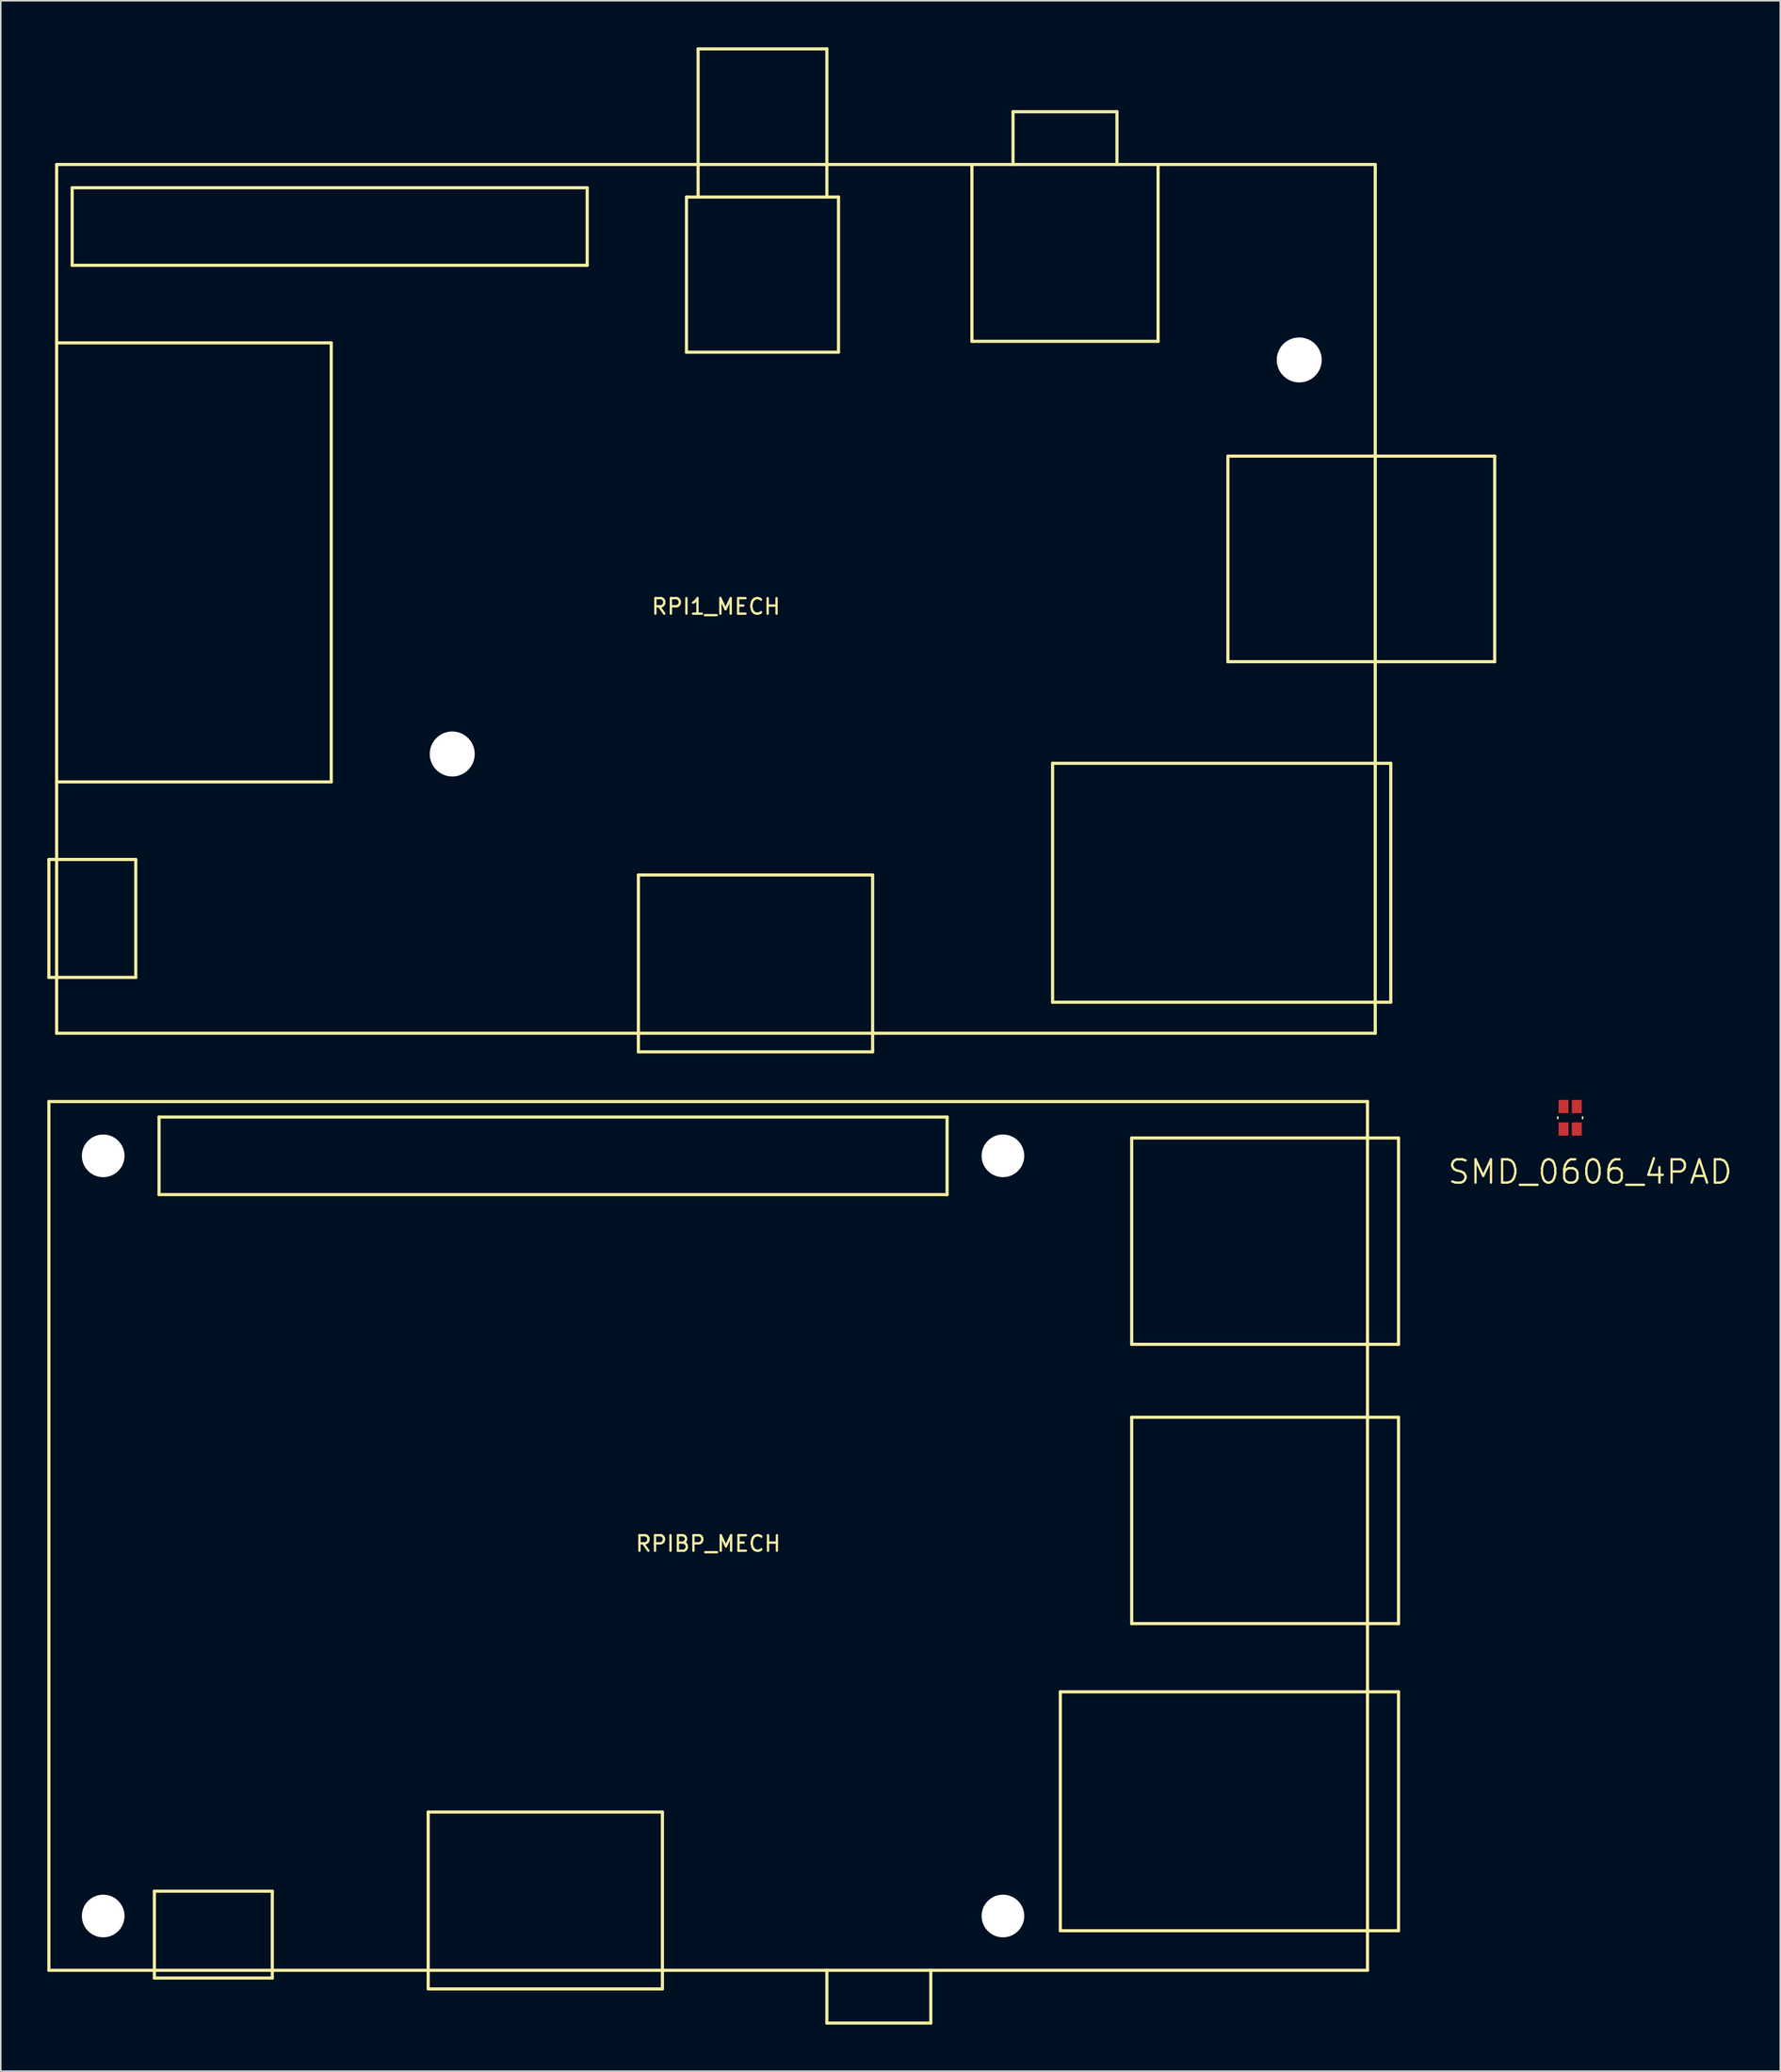
<source format=kicad_pcb>
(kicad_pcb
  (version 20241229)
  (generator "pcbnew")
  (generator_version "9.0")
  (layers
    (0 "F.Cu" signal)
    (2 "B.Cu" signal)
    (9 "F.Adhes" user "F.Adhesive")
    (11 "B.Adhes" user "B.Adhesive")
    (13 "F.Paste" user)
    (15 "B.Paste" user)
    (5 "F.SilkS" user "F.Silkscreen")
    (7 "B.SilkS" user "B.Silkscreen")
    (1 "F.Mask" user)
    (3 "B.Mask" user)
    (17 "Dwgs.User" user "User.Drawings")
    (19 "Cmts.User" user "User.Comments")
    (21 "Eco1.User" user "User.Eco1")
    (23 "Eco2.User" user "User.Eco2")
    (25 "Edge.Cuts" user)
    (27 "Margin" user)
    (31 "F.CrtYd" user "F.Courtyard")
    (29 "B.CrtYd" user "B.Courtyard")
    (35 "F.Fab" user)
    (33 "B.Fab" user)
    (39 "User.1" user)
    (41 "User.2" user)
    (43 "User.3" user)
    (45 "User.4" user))
  (footprint "RPIBP_MECH"
    (layer "F.Cu")
    (at 42.602 95.955)
    (property "Reference" "RPIBP_MECH" (at 0 0.5 0) (layer "F.SilkS") (effects (font (size 1 1) (thickness 0.15))))
    (attr through_hole)
    (fp_line (start -42.5 -28) (end 42.5 -28) (stroke (width 0.203) (type solid)) (layer "F.SilkS"))
    (fp_line (start -42.5 28) (end -42.5 -28) (stroke (width 0.203) (type solid)) (layer "F.SilkS"))
    (fp_line (start -35.7 22.9) (end -35.7 28.5) (stroke (width 0.203) (type solid)) (layer "F.SilkS"))
    (fp_line (start -35.7 28.5) (end -28.1 28.5) (stroke (width 0.203) (type solid)) (layer "F.SilkS"))
    (fp_line (start -35.4 -27) (end 15.4 -27) (stroke (width 0.203) (type solid)) (layer "F.SilkS"))
    (fp_line (start -35.4 -22) (end -35.4 -27) (stroke (width 0.203) (type solid)) (layer "F.SilkS"))
    (fp_line (start -28.1 22.9) (end -35.7 22.9) (stroke (width 0.203) (type solid)) (layer "F.SilkS"))
    (fp_line (start -28.1 28.5) (end -28.1 22.9) (stroke (width 0.203) (type solid)) (layer "F.SilkS"))
    (fp_line (start -18.05 17.8) (end -18.05 29.2) (stroke (width 0.203) (type solid)) (layer "F.SilkS"))
    (fp_line (start -18.05 29.2) (end -2.95 29.2) (stroke (width 0.203) (type solid)) (layer "F.SilkS"))
    (fp_line (start -2.95 17.8) (end -18.05 17.8) (stroke (width 0.203) (type solid)) (layer "F.SilkS"))
    (fp_line (start -2.95 29.2) (end -2.95 17.8) (stroke (width 0.203) (type solid)) (layer "F.SilkS"))
    (fp_line (start 7.65 31.4) (end 7.65 28) (stroke (width 0.203) (type solid)) (layer "F.SilkS"))
    (fp_line (start 7.65 31.4) (end 14.35 31.4) (stroke (width 0.203) (type solid)) (layer "F.SilkS"))
    (fp_line (start 14.35 31.4) (end 14.35 28) (stroke (width 0.203) (type solid)) (layer "F.SilkS"))
    (fp_line (start 15.4 -27) (end 15.4 -22) (stroke (width 0.203) (type solid)) (layer "F.SilkS"))
    (fp_line (start 15.4 -22) (end -35.4 -22) (stroke (width 0.203) (type solid)) (layer "F.SilkS"))
    (fp_line (start 22.699 10.05) (end 22.699 25.45) (stroke (width 0.203) (type solid)) (layer "F.SilkS"))
    (fp_line (start 22.699 25.45) (end 44.5 25.45) (stroke (width 0.203) (type solid)) (layer "F.SilkS"))
    (fp_line (start 27.3 -25.65) (end 27.3 -12.35) (stroke (width 0.203) (type solid)) (layer "F.SilkS"))
    (fp_line (start 27.3 -12.35) (end 44.5 -12.35) (stroke (width 0.203) (type solid)) (layer "F.SilkS"))
    (fp_line (start 27.3 -7.65) (end 27.3 5.65) (stroke (width 0.203) (type solid)) (layer "F.SilkS"))
    (fp_line (start 27.3 5.65) (end 44.5 5.65) (stroke (width 0.203) (type solid)) (layer "F.SilkS"))
    (fp_line (start 42.5 -28) (end 42.5 28) (stroke (width 0.203) (type solid)) (layer "F.SilkS"))
    (fp_line (start 42.5 28) (end -42.5 28) (stroke (width 0.203) (type solid)) (layer "F.SilkS"))
    (fp_line (start 44.5 -25.65) (end 27.3 -25.65) (stroke (width 0.203) (type solid)) (layer "F.SilkS"))
    (fp_line (start 44.5 -12.35) (end 44.5 -25.65) (stroke (width 0.203) (type solid)) (layer "F.SilkS"))
    (fp_line (start 44.5 -7.65) (end 27.3 -7.65) (stroke (width 0.203) (type solid)) (layer "F.SilkS"))
    (fp_line (start 44.5 5.65) (end 44.5 -7.65) (stroke (width 0.203) (type solid)) (layer "F.SilkS"))
    (fp_line (start 44.5 10.05) (end 22.7 10.05) (stroke (width 0.203) (type solid)) (layer "F.SilkS"))
    (fp_line (start 44.5 25.45) (end 44.5 10.05) (stroke (width 0.203) (type solid)) (layer "F.SilkS"))
    (pad "" np_thru_hole circle (at -39 -24.5) (size 2.75 2.75) (drill 2.75) (layers "*.Cu" "*.Mask"))
    (pad "" np_thru_hole circle (at -39 24.5) (size 2.75 2.75) (drill 2.75) (layers "*.Cu" "*.Mask"))
    (pad "" np_thru_hole circle (at 19 -24.5) (size 2.75 2.75) (drill 2.75) (layers "*.Cu" "*.Mask"))
    (pad "" np_thru_hole circle (at 19 24.5) (size 2.75 2.75) (drill 2.75) (layers "*.Cu" "*.Mask")))
  (footprint "RPI1_MECH"
    (layer "F.Cu")
    (at 43.102 35.552)
    (property "Reference" "RPI1_MECH" (at 0 0.5 0) (layer "F.SilkS") (effects (font (size 1 1) (thickness 0.15))))
    (attr through_hole)
    (fp_line (start -43 16.8) (end -43 24.4) (stroke (width 0.203) (type solid)) (layer "F.SilkS"))
    (fp_line (start -43 24.4) (end -37.4 24.4) (stroke (width 0.203) (type solid)) (layer "F.SilkS"))
    (fp_line (start -42.5 -28) (end 42.5 -28) (stroke (width 0.203) (type solid)) (layer "F.SilkS"))
    (fp_line (start -42.5 -16.5) (end -24.8 -16.5) (stroke (width 0.203) (type solid)) (layer "F.SilkS"))
    (fp_line (start -42.5 28) (end -42.5 -28) (stroke (width 0.203) (type solid)) (layer "F.SilkS"))
    (fp_line (start -41.5 -26.5) (end -8.3 -26.5) (stroke (width 0.203) (type solid)) (layer "F.SilkS"))
    (fp_line (start -41.5 -21.5) (end -41.5 -26.5) (stroke (width 0.203) (type solid)) (layer "F.SilkS"))
    (fp_line (start -37.4 16.8) (end -43 16.8) (stroke (width 0.203) (type solid)) (layer "F.SilkS"))
    (fp_line (start -37.4 24.4) (end -37.4 16.8) (stroke (width 0.203) (type solid)) (layer "F.SilkS"))
    (fp_line (start -24.8 -16.5) (end -24.8 11.8) (stroke (width 0.203) (type solid)) (layer "F.SilkS"))
    (fp_line (start -24.8 11.8) (end -42.5 11.8) (stroke (width 0.203) (type solid)) (layer "F.SilkS"))
    (fp_line (start -8.3 -26.5) (end -8.3 -21.5) (stroke (width 0.203) (type solid)) (layer "F.SilkS"))
    (fp_line (start -8.3 -21.5) (end -41.5 -21.5) (stroke (width 0.203) (type solid)) (layer "F.SilkS"))
    (fp_line (start -5 17.8) (end -5 29.2) (stroke (width 0.203) (type solid)) (layer "F.SilkS"))
    (fp_line (start -5 29.2) (end 10.1 29.2) (stroke (width 0.203) (type solid)) (layer "F.SilkS"))
    (fp_line (start -1.9 -25.9) (end 7.9 -25.9) (stroke (width 0.203) (type solid)) (layer "F.SilkS"))
    (fp_line (start -1.9 -15.9) (end -1.9 -25.9) (stroke (width 0.203) (type solid)) (layer "F.SilkS"))
    (fp_line (start -1.15 -35.45) (end 7.15 -35.45) (stroke (width 0.203) (type solid)) (layer "F.SilkS"))
    (fp_line (start -1.15 -25.9) (end -1.15 -35.45) (stroke (width 0.203) (type solid)) (layer "F.SilkS"))
    (fp_line (start 7.15 -35.45) (end 7.15 -25.9) (stroke (width 0.203) (type solid)) (layer "F.SilkS"))
    (fp_line (start 7.9 -25.9) (end 7.9 -15.9) (stroke (width 0.203) (type solid)) (layer "F.SilkS"))
    (fp_line (start 7.9 -15.9) (end -1.9 -15.9) (stroke (width 0.203) (type solid)) (layer "F.SilkS"))
    (fp_line (start 10.1 17.8) (end -5 17.8) (stroke (width 0.203) (type solid)) (layer "F.SilkS"))
    (fp_line (start 10.1 29.2) (end 10.1 17.8) (stroke (width 0.203) (type solid)) (layer "F.SilkS"))
    (fp_line (start 16.5 -16.6) (end 16.5 -28) (stroke (width 0.203) (type solid)) (layer "F.SilkS"))
    (fp_line (start 19.15 -31.4) (end 19.15 -28) (stroke (width 0.203) (type solid)) (layer "F.SilkS"))
    (fp_line (start 21.7 10.6) (end 21.7 26) (stroke (width 0.203) (type solid)) (layer "F.SilkS"))
    (fp_line (start 21.7 26) (end 43.5 26) (stroke (width 0.203) (type solid)) (layer "F.SilkS"))
    (fp_line (start 25.85 -31.4) (end 19.15 -31.4) (stroke (width 0.203) (type solid)) (layer "F.SilkS"))
    (fp_line (start 25.85 -28) (end 25.85 -31.4) (stroke (width 0.203) (type solid)) (layer "F.SilkS"))
    (fp_line (start 28.5 -28) (end 28.5 -16.6) (stroke (width 0.203) (type solid)) (layer "F.SilkS"))
    (fp_line (start 28.5 -16.6) (end 16.5 -16.6) (stroke (width 0.203) (type solid)) (layer "F.SilkS"))
    (fp_line (start 33 -9.2) (end 50.2 -9.2) (stroke (width 0.203) (type solid)) (layer "F.SilkS"))
    (fp_line (start 33 4.05) (end 33 -9.2) (stroke (width 0.203) (type solid)) (layer "F.SilkS"))
    (fp_line (start 42.5 -28) (end 42.5 28) (stroke (width 0.203) (type solid)) (layer "F.SilkS"))
    (fp_line (start 42.5 28) (end -42.5 28) (stroke (width 0.203) (type solid)) (layer "F.SilkS"))
    (fp_line (start 43.5 10.6) (end 21.7 10.6) (stroke (width 0.203) (type solid)) (layer "F.SilkS"))
    (fp_line (start 43.5 26) (end 43.5 10.6) (stroke (width 0.203) (type solid)) (layer "F.SilkS"))
    (fp_line (start 50.2 -9.2) (end 50.2 4.05) (stroke (width 0.203) (type solid)) (layer "F.SilkS"))
    (fp_line (start 50.2 4.05) (end 33 4.05) (stroke (width 0.203) (type solid)) (layer "F.SilkS"))
    (pad "" np_thru_hole circle (at -17 10) (size 2.9 2.9) (drill 2.9) (layers "*.Cu" "*.Mask"))
    (pad "" np_thru_hole circle (at 37.6 -15.4) (size 2.9 2.9) (drill 2.9) (layers "*.Cu" "*.Mask")))
  (footprint "SMD_0606_4PAD"
    (layer "F.Cu")
    (at 98.167 69.003)
    (property "Reference" "SMD_0606_4PAD" (at 1.29 3.49 0) (layer "F.SilkS") (effects (font (size 1.5 1.5) (thickness 0.15))))
    (attr through_hole)
    (fp_line (start -0.8 -0.05) (end -0.8 0.05) (stroke (width 0.1) (type solid)) (layer "F.SilkS"))
    (fp_line (start 0.8 -0.05) (end 0.8 0.05) (stroke (width 0.1) (type solid)) (layer "F.SilkS"))
    (pad "1" smd rect (at -0.425 0.725) (size 0.64 0.85) (layers "F.Cu" "F.Mask" "F.Paste"))
    (pad "2" smd rect (at 0.425 0.725) (size 0.64 0.85) (layers "F.Cu" "F.Mask" "F.Paste"))
    (pad "3" smd rect (at 0.425 -0.725) (size 0.64 0.85) (layers "F.Cu" "F.Mask" "F.Paste"))
    (pad "4" smd rect (at -0.425 -0.725) (size 0.64 0.85) (layers "F.Cu" "F.Mask" "F.Paste")))
  (gr_rect
    (start -3 -3)
    (end 111.71 130.456)
    (stroke (width 0.1) (type default))
    (fill no)
    (layer "Edge.Cuts")))
</source>
